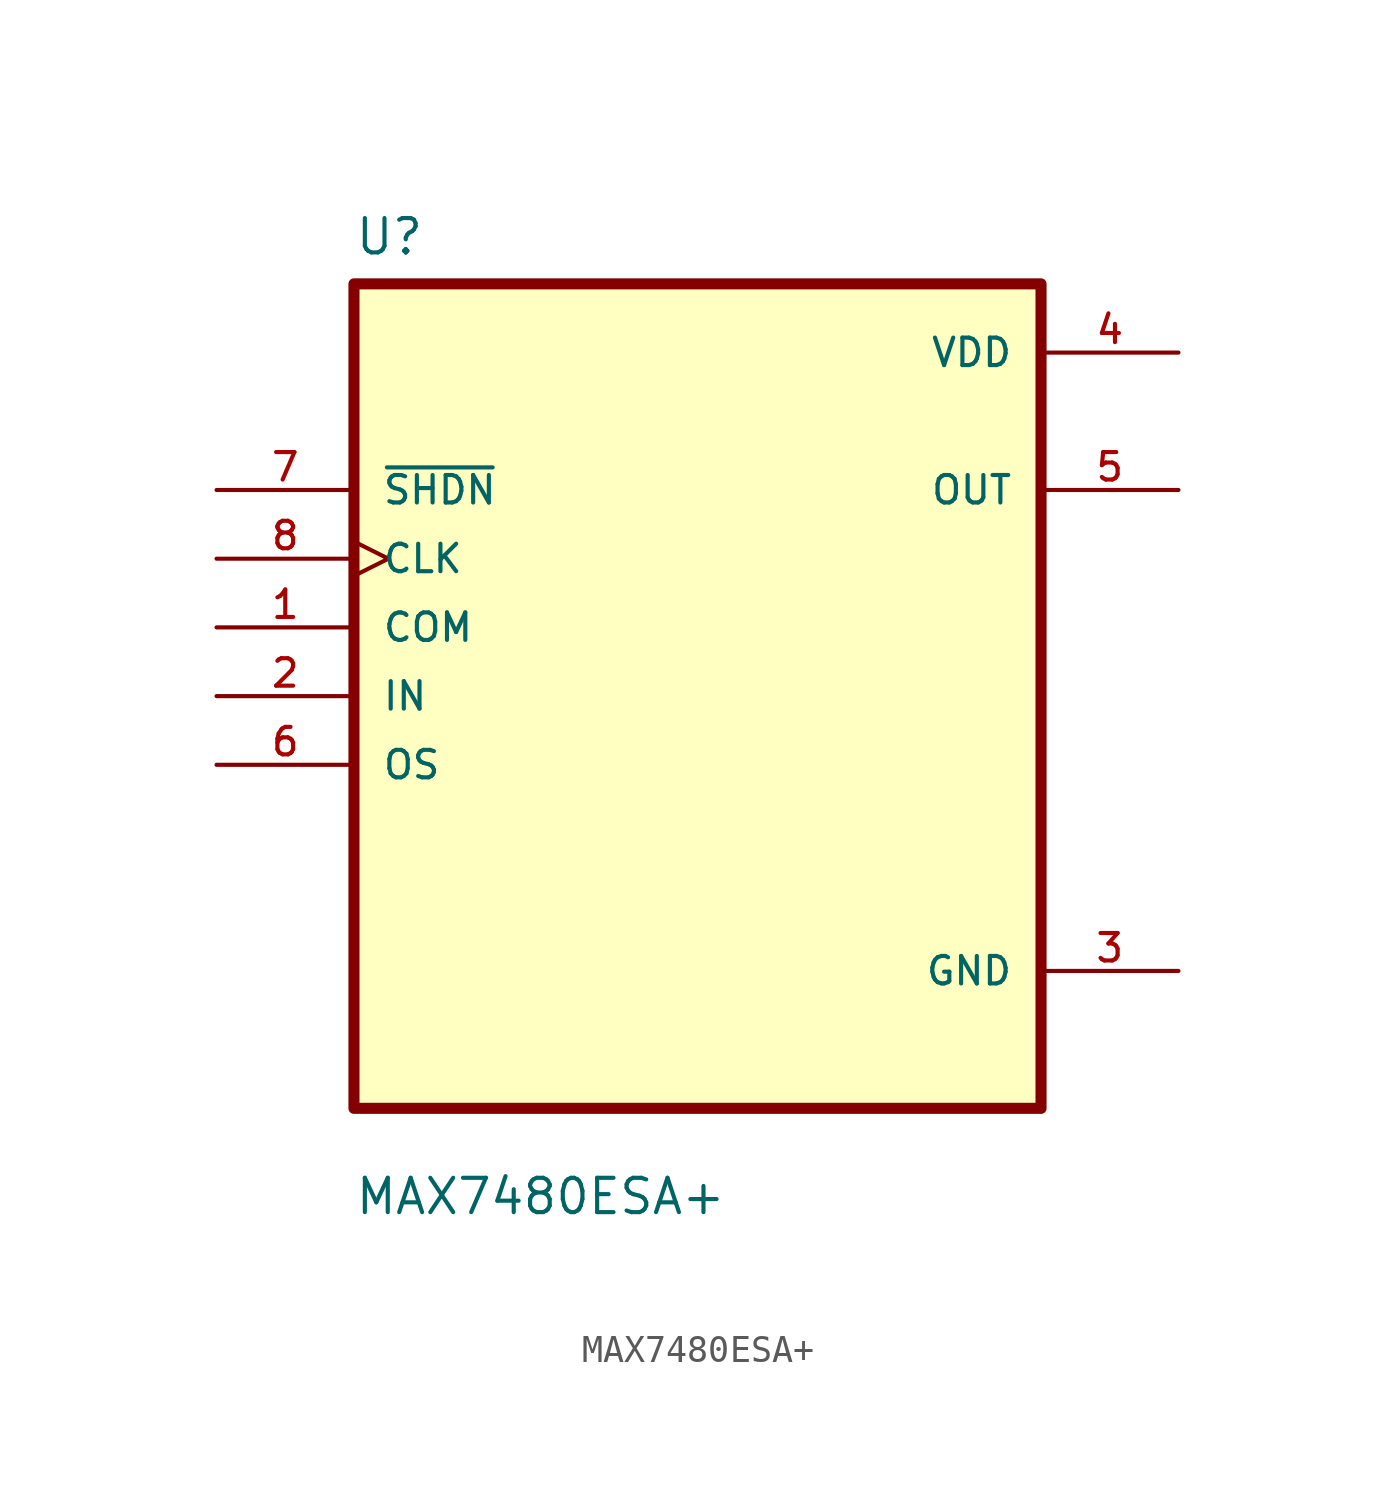
<source format=kicad_sym>
(kicad_symbol_lib
  (version 20211014)
  (generator kicad_symbol_editor)
  (symbol "MAX7480ESA+"
    (pin_names
      (offset 1.016))
    (property "Reference" "U"
      (at -12.7 16.24 0.0)
      (effects (font (size 1.27 1.27)) (justify bottom left)))
    (property "Value" "MAX7480ESA+"
      (at -12.7 -19.24 0.0)
      (effects (font (size 1.27 1.27)) (justify bottom left)))
    (symbol "MAX7480ESA+_0_0"
      (rectangle (start -12.7 -15.24) (end 12.7 15.24) (stroke (width 0.41)) (fill (type background)))
      (pin input line (at -17.78 7.62 0) (length 5.08) (name "~{SHDN}" (effects (font (size 1.016 1.016)))) (number "7" (effects (font (size 1.016 1.016)))))
      (pin input clock (at -17.78 5.08 0) (length 5.08) (name "CLK" (effects (font (size 1.016 1.016)))) (number "8" (effects (font (size 1.016 1.016)))))
      (pin input line (at -17.78 2.54 0) (length 5.08) (name "COM" (effects (font (size 1.016 1.016)))) (number "1" (effects (font (size 1.016 1.016)))))
      (pin input line (at -17.78 0.0 0) (length 5.08) (name "IN" (effects (font (size 1.016 1.016)))) (number "2" (effects (font (size 1.016 1.016)))))
      (pin input line (at -17.78 -2.54 0) (length 5.08) (name "OS" (effects (font (size 1.016 1.016)))) (number "6" (effects (font (size 1.016 1.016)))))
      (pin power_in line (at 17.78 12.7 180.0) (length 5.08) (name "VDD" (effects (font (size 1.016 1.016)))) (number "4" (effects (font (size 1.016 1.016)))))
      (pin output line (at 17.78 7.62 180.0) (length 5.08) (name "OUT" (effects (font (size 1.016 1.016)))) (number "5" (effects (font (size 1.016 1.016)))))
      (pin power_in line (at 17.78 -10.16 180.0) (length 5.08) (name "GND" (effects (font (size 1.016 1.016)))) (number "3" (effects (font (size 1.016 1.016))))))))
</source>
